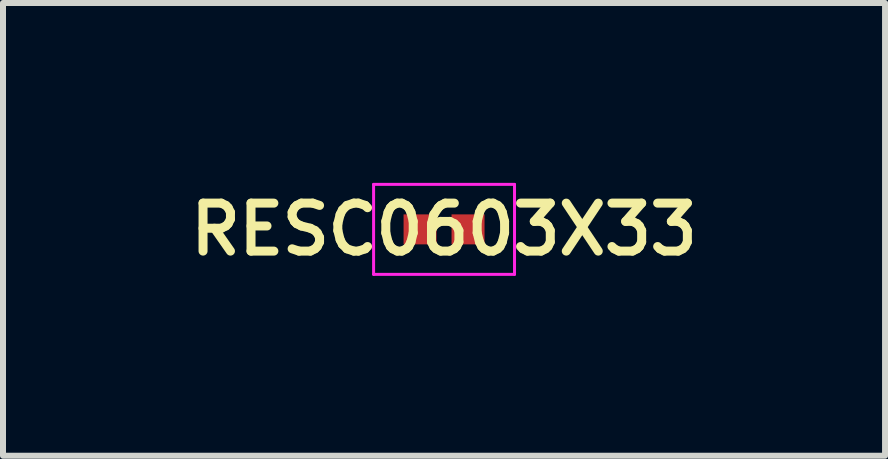
<source format=kicad_pcb>
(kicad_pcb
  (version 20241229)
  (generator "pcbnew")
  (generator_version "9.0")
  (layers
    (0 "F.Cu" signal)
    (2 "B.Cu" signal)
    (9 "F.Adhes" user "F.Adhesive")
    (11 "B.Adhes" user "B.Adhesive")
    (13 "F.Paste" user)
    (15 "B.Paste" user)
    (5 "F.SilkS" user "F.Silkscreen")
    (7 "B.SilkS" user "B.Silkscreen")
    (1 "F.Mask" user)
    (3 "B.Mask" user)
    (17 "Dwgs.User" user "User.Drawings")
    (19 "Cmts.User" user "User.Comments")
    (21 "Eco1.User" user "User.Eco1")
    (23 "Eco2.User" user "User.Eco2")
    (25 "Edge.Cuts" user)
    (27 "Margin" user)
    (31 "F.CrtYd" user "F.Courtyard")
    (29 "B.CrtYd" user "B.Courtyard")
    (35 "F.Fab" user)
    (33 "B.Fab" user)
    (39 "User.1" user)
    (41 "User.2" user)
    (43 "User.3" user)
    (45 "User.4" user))
  (footprint "RESC0603X33"
    (layer "F.Cu")
    (at 4.355 0.775)
    (property "Reference" "RESC0603X33" (at 0 0 0) (layer "F.SilkS") (effects (font (size 0.8 0.8) (thickness 0.15))))
    (attr smd)
    (fp_line (start -1.175 -0.75) (end 1.175 -0.75) (stroke (width 0.05) (type solid)) (layer "F.CrtYd"))
    (fp_line (start -1.175 0.75) (end -1.175 -0.75) (stroke (width 0.05) (type solid)) (layer "F.CrtYd"))
    (fp_line (start 1.175 -0.75) (end 1.175 0.75) (stroke (width 0.05) (type solid)) (layer "F.CrtYd"))
    (fp_line (start 1.175 0.75) (end -1.175 0.75) (stroke (width 0.05) (type solid)) (layer "F.CrtYd"))
    (pad "1" smd rect (at -0.4 0) (size 0.55 0.5) (layers "F.Cu" "F.Mask" "F.Paste"))
    (pad "2" smd rect (at 0.4 0) (size 0.55 0.5) (layers "F.Cu" "F.Mask" "F.Paste")))
  (gr_rect
    (start -3 -3)
    (end 11.709 4.55)
    (stroke (width 0.1) (type default))
    (fill no)
    (layer "Edge.Cuts")))
</source>
